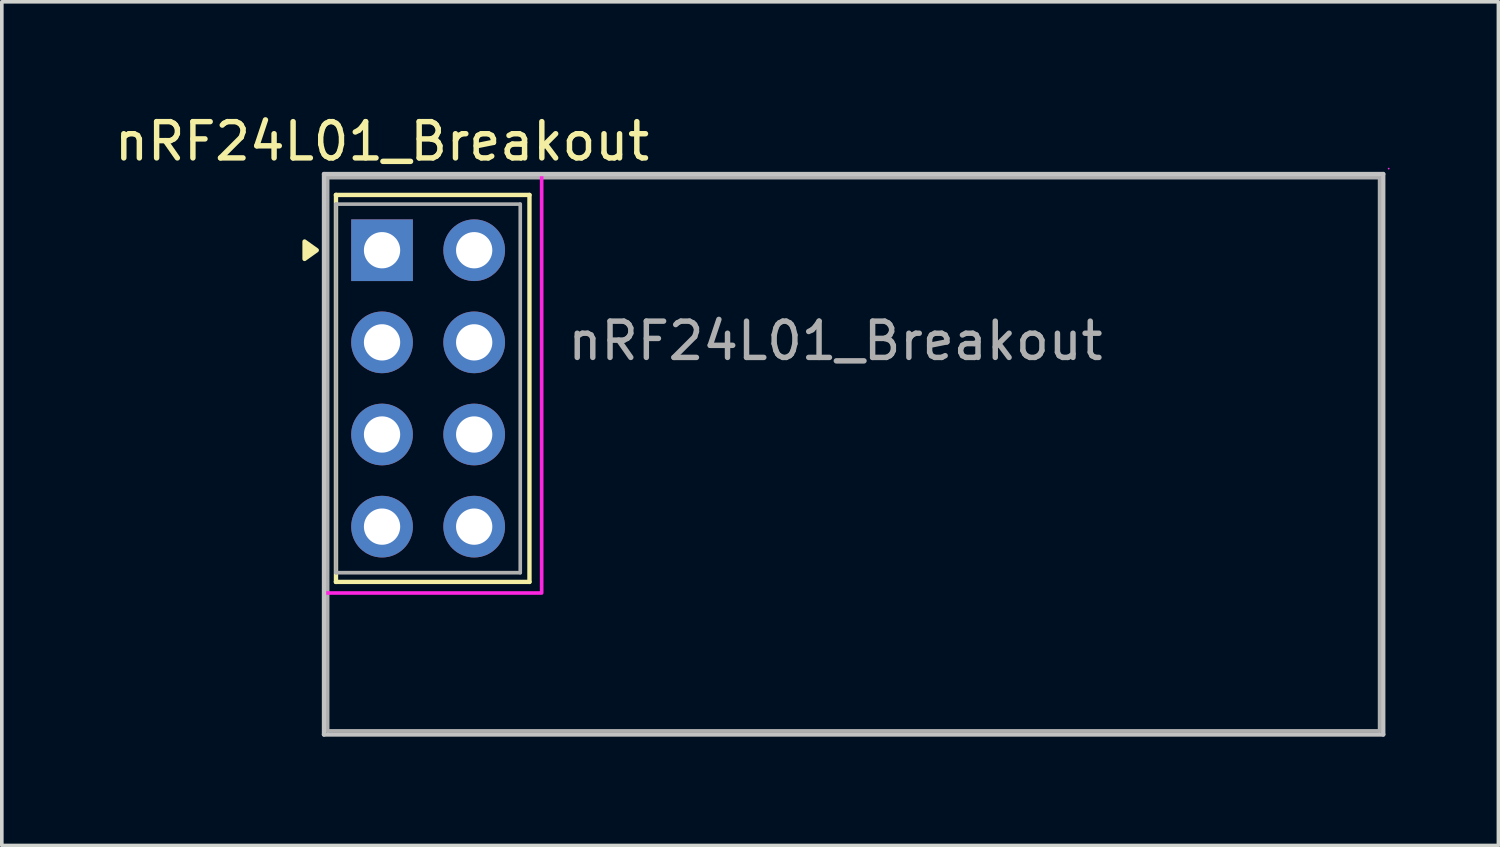
<source format=kicad_pcb>
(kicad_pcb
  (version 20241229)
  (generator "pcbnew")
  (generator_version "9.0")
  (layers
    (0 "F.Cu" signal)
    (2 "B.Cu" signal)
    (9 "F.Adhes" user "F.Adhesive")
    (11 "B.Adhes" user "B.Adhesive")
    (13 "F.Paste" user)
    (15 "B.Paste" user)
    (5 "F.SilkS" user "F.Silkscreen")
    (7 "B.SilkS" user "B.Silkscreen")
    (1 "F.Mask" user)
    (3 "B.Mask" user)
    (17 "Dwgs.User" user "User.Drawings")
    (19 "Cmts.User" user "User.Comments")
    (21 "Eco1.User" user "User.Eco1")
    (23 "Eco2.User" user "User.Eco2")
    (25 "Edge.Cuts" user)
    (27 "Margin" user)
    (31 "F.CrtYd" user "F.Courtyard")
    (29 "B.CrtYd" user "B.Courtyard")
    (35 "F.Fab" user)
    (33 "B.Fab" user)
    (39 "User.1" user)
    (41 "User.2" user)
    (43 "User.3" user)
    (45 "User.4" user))
  (footprint "nRF24L01_Breakout"
    (layer "F.Cu")
    (at 7.482 3.848)
    (property "Reference" "nRF24L01_Breakout" (at 0 -3 0) (layer "F.SilkS") (effects (font (size 1 1) (thickness 0.15))))
    (attr through_hole)
    (fp_line (start -1.27 -1.524) (end -1.27 -1.524) (stroke (width 0.12) (type solid)) (layer "F.SilkS"))
    (fp_line (start -1.27 -1.524) (end 4.064 -1.524) (stroke (width 0.12) (type solid)) (layer "F.SilkS"))
    (fp_line (start -1.27 9.144) (end -1.27 -1.524) (stroke (width 0.12) (type solid)) (layer "F.SilkS"))
    (fp_line (start -1.27 9.144) (end -1.27 9.144) (stroke (width 0.12) (type solid)) (layer "F.SilkS"))
    (fp_line (start 4.064 -1.524) (end 4.064 9.144) (stroke (width 0.12) (type solid)) (layer "F.SilkS"))
    (fp_line (start 4.064 9.144) (end -1.27 9.144) (stroke (width 0.12) (type solid)) (layer "F.SilkS"))
    (fp_poly (pts (xy -1.8 0) (xy -2.136 0.24) (xy -2.136 -0.24) (xy -1.8 0)) (stroke (width 0.12) (type solid)) (fill yes) (layer "F.SilkS"))
    (fp_line (start -1.6 -2.1) (end 27.6 -2.1) (stroke (width 0.12) (type solid)) (layer "Dwgs.User"))
    (fp_line (start -1.6 13.35) (end -1.6 -2.1) (stroke (width 0.12) (type solid)) (layer "Dwgs.User"))
    (fp_line (start 27.6 -2.1) (end 27.6 13.35) (stroke (width 0.12) (type solid)) (layer "Dwgs.User"))
    (fp_line (start 27.6 13.35) (end -1.6 13.35) (stroke (width 0.12) (type solid)) (layer "Dwgs.User"))
    (fp_line (start 27.75 -2.25) (end 27.75 -2.25) (stroke (width 0.05) (type solid)) (layer "F.CrtYd"))
    (fp_rect (start -1.6 -2.1) (end 4.4 9.45) (stroke (width 0.1) (type default)) (fill no) (layer "F.CrtYd"))
    (fp_line (start -1.5 -2) (end -1.5 -2) (stroke (width 0.1) (type solid)) (layer "F.Fab"))
    (fp_line (start -1.5 -2) (end 27.5 -2) (stroke (width 0.1) (type solid)) (layer "F.Fab"))
    (fp_line (start -1.5 13.25) (end -1.5 -2) (stroke (width 0.1) (type solid)) (layer "F.Fab"))
    (fp_line (start -1.27 -1.27) (end -1.27 -1.27) (stroke (width 0.1) (type solid)) (layer "F.Fab"))
    (fp_line (start -1.27 -1.27) (end 3.81 -1.27) (stroke (width 0.1) (type solid)) (layer "F.Fab"))
    (fp_line (start -1.27 8.89) (end -1.27 -1.27) (stroke (width 0.1) (type solid)) (layer "F.Fab"))
    (fp_line (start 3.81 -1.27) (end 3.81 8.89) (stroke (width 0.1) (type solid)) (layer "F.Fab"))
    (fp_line (start 3.81 8.89) (end -1.27 8.89) (stroke (width 0.1) (type solid)) (layer "F.Fab"))
    (fp_line (start 27.5 -2) (end 27.5 13.25) (stroke (width 0.1) (type solid)) (layer "F.Fab"))
    (fp_line (start 27.5 13.25) (end -1.5 13.25) (stroke (width 0.1) (type solid)) (layer "F.Fab"))
    (fp_text user "${REFERENCE}" (at 12.5 2.5 0) (layer "F.Fab") (effects (font (size 1 1) (thickness 0.15))))
    (pad "1" thru_hole rect (at 0 0) (size 1.7 1.7) (drill 1) (layers "*.Cu" "*.Mask"))
    (pad "2" thru_hole circle (at 2.54 0) (size 1.7 1.7) (drill 1) (layers "*.Cu" "*.Mask"))
    (pad "3" thru_hole circle (at 0 2.54) (size 1.7 1.7) (drill 1) (layers "*.Cu" "*.Mask"))
    (pad "4" thru_hole circle (at 2.54 2.54) (size 1.7 1.7) (drill 1) (layers "*.Cu" "*.Mask"))
    (pad "5" thru_hole circle (at 0 5.08) (size 1.7 1.7) (drill 1) (layers "*.Cu" "*.Mask"))
    (pad "6" thru_hole circle (at 2.54 5.08) (size 1.7 1.7) (drill 1) (layers "*.Cu" "*.Mask"))
    (pad "7" thru_hole circle (at 0 7.62) (size 1.7 1.7) (drill 1) (layers "*.Cu" "*.Mask"))
    (pad "8" thru_hole circle (at 2.54 7.62) (size 1.7 1.7) (drill 1) (layers "*.Cu" "*.Mask")))
  (gr_rect
    (start -3 -3)
    (end 38.257 20.258)
    (stroke (width 0.1) (type default))
    (fill no)
    (layer "Edge.Cuts")))
</source>
